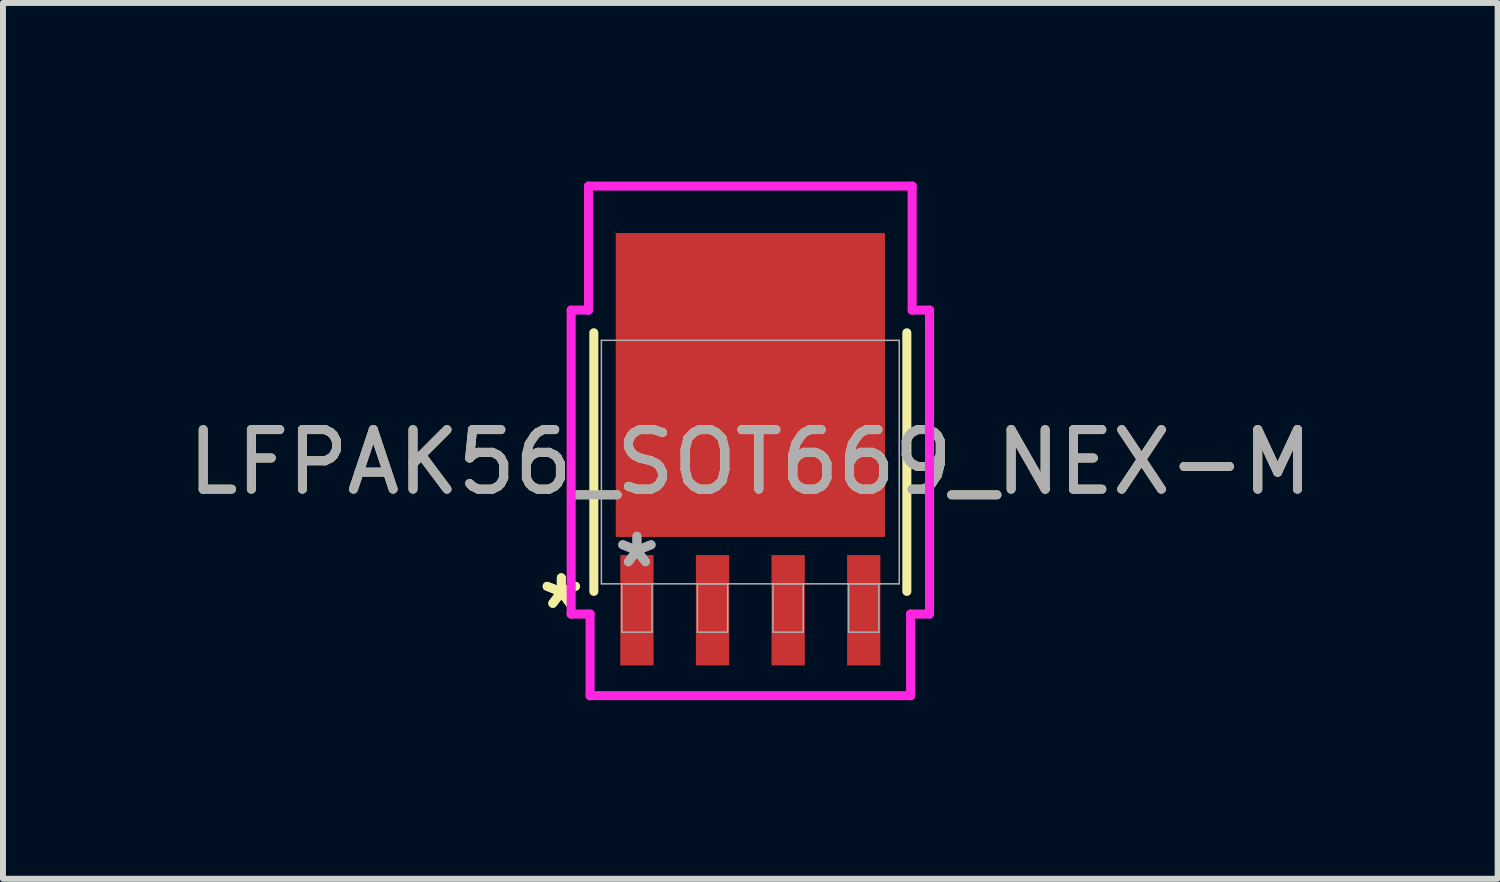
<source format=kicad_pcb>
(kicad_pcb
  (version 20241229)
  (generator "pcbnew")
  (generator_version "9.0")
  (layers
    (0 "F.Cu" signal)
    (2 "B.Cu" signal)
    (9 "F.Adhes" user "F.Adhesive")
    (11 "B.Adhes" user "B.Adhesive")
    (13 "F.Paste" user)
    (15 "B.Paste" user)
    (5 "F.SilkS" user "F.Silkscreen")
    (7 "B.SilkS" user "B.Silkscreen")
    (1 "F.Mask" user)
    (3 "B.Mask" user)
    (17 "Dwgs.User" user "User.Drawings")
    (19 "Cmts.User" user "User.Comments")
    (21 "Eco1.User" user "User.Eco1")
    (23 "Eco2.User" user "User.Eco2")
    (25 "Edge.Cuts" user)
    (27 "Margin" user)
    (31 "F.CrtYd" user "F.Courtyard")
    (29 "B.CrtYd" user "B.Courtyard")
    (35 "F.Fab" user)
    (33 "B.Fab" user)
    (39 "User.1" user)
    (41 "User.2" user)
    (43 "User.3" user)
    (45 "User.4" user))
  (footprint "LFPAK56_SOT669_NEX-M"
    (layer "F.Cu")
    (at 9.554 4.712)
    (property "Reference" "LFPAK56_SOT669_NEX-M" (at 0 0 0) (unlocked yes) (layer "F.SilkS") (effects (font (size 1 1) (thickness 0.15))))
    (attr smd)
    (fp_line (start -2.629 -2.172) (end -2.629 2.172) (stroke (width 0.152) (type solid)) (layer "F.SilkS"))
    (fp_line (start 2.629 2.172) (end 2.629 -2.172) (stroke (width 0.152) (type solid)) (layer "F.SilkS"))
    (fp_line (start -3.01 -2.553) (end -2.718 -2.553) (stroke (width 0.152) (type solid)) (layer "F.CrtYd"))
    (fp_line (start -3.01 2.553) (end -3.01 -2.553) (stroke (width 0.152) (type solid)) (layer "F.CrtYd"))
    (fp_line (start -2.718 -4.636) (end 2.718 -4.636) (stroke (width 0.152) (type solid)) (layer "F.CrtYd"))
    (fp_line (start -2.718 -2.553) (end -2.718 -4.636) (stroke (width 0.152) (type solid)) (layer "F.CrtYd"))
    (fp_line (start -2.692 2.553) (end -3.01 2.553) (stroke (width 0.152) (type solid)) (layer "F.CrtYd"))
    (fp_line (start -2.692 3.924) (end -2.692 2.553) (stroke (width 0.152) (type solid)) (layer "F.CrtYd"))
    (fp_line (start 2.692 2.553) (end 2.692 3.924) (stroke (width 0.152) (type solid)) (layer "F.CrtYd"))
    (fp_line (start 2.692 3.924) (end -2.692 3.924) (stroke (width 0.152) (type solid)) (layer "F.CrtYd"))
    (fp_line (start 2.718 -4.636) (end 2.718 -2.553) (stroke (width 0.152) (type solid)) (layer "F.CrtYd"))
    (fp_line (start 2.718 -2.553) (end 3.01 -2.553) (stroke (width 0.152) (type solid)) (layer "F.CrtYd"))
    (fp_line (start 3.01 -2.553) (end 3.01 2.553) (stroke (width 0.152) (type solid)) (layer "F.CrtYd"))
    (fp_line (start 3.01 2.553) (end 2.692 2.553) (stroke (width 0.152) (type solid)) (layer "F.CrtYd"))
    (fp_line (start -2.502 -2.045) (end -2.502 2.045) (stroke (width 0.025) (type solid)) (layer "F.Fab"))
    (fp_line (start -2.502 2.045) (end 2.502 2.045) (stroke (width 0.025) (type solid)) (layer "F.Fab"))
    (fp_line (start -2.159 2.045) (end -2.159 2.857) (stroke (width 0.025) (type solid)) (layer "F.Fab"))
    (fp_line (start -2.159 2.857) (end -1.651 2.857) (stroke (width 0.025) (type solid)) (layer "F.Fab"))
    (fp_line (start -1.651 2.045) (end -2.159 2.045) (stroke (width 0.025) (type solid)) (layer "F.Fab"))
    (fp_line (start -1.651 2.857) (end -1.651 2.045) (stroke (width 0.025) (type solid)) (layer "F.Fab"))
    (fp_line (start -0.889 2.045) (end -0.889 2.857) (stroke (width 0.025) (type solid)) (layer "F.Fab"))
    (fp_line (start -0.889 2.857) (end -0.381 2.857) (stroke (width 0.025) (type solid)) (layer "F.Fab"))
    (fp_line (start -0.381 2.045) (end -0.889 2.045) (stroke (width 0.025) (type solid)) (layer "F.Fab"))
    (fp_line (start -0.381 2.857) (end -0.381 2.045) (stroke (width 0.025) (type solid)) (layer "F.Fab"))
    (fp_line (start 0.381 2.045) (end 0.381 2.857) (stroke (width 0.025) (type solid)) (layer "F.Fab"))
    (fp_line (start 0.381 2.857) (end 0.889 2.857) (stroke (width 0.025) (type solid)) (layer "F.Fab"))
    (fp_line (start 0.889 2.045) (end 0.381 2.045) (stroke (width 0.025) (type solid)) (layer "F.Fab"))
    (fp_line (start 0.889 2.857) (end 0.889 2.045) (stroke (width 0.025) (type solid)) (layer "F.Fab"))
    (fp_line (start 1.651 2.045) (end 1.651 2.857) (stroke (width 0.025) (type solid)) (layer "F.Fab"))
    (fp_line (start 1.651 2.857) (end 2.159 2.857) (stroke (width 0.025) (type solid)) (layer "F.Fab"))
    (fp_line (start 2.159 2.045) (end 1.651 2.045) (stroke (width 0.025) (type solid)) (layer "F.Fab"))
    (fp_line (start 2.159 2.857) (end 2.159 2.045) (stroke (width 0.025) (type solid)) (layer "F.Fab"))
    (fp_line (start 2.502 -2.045) (end -2.502 -2.045) (stroke (width 0.025) (type solid)) (layer "F.Fab"))
    (fp_line (start 2.502 2.045) (end 2.502 -2.045) (stroke (width 0.025) (type solid)) (layer "F.Fab"))
    (fp_text user "*" (at -3.175 2.489 0) (layer "F.SilkS") (effects (font (size 1 1) (thickness 0.15))))
    (fp_text user "*" (at -3.175 2.489 0) (unlocked yes) (layer "F.SilkS") (effects (font (size 1 1) (thickness 0.15))))
    (fp_text user "*" (at -1.905 1.791 0) (layer "F.Fab") (effects (font (size 1 1) (thickness 0.15))))
    (fp_text user "${REFERENCE}" (at 0 0 0) (unlocked yes) (layer "F.Fab") (effects (font (size 1 1) (thickness 0.15))))
    (fp_text user "*" (at -1.905 1.791 0) (unlocked yes) (layer "F.Fab") (effects (font (size 1 1) (thickness 0.15))))
    (pad "1" smd rect (at -1.905 2.489) (size 0.559 1.854) (layers "F.Cu" "F.Mask" "F.Paste"))
    (pad "2" smd rect (at -0.635 2.489) (size 0.559 1.854) (layers "F.Cu" "F.Mask" "F.Paste"))
    (pad "3" smd rect (at 0.635 2.489) (size 0.559 1.854) (layers "F.Cu" "F.Mask" "F.Paste"))
    (pad "4" smd rect (at 1.905 2.489) (size 0.559 1.854) (layers "F.Cu" "F.Mask" "F.Paste"))
    (pad "5" smd rect (at 0 -1.295) (size 4.521 5.105) (layers "F.Cu" "F.Mask" "F.Paste")))
  (gr_rect
    (start -3 -3)
    (end 22.107 11.712)
    (stroke (width 0.1) (type default))
    (fill no)
    (layer "Edge.Cuts")))
</source>
